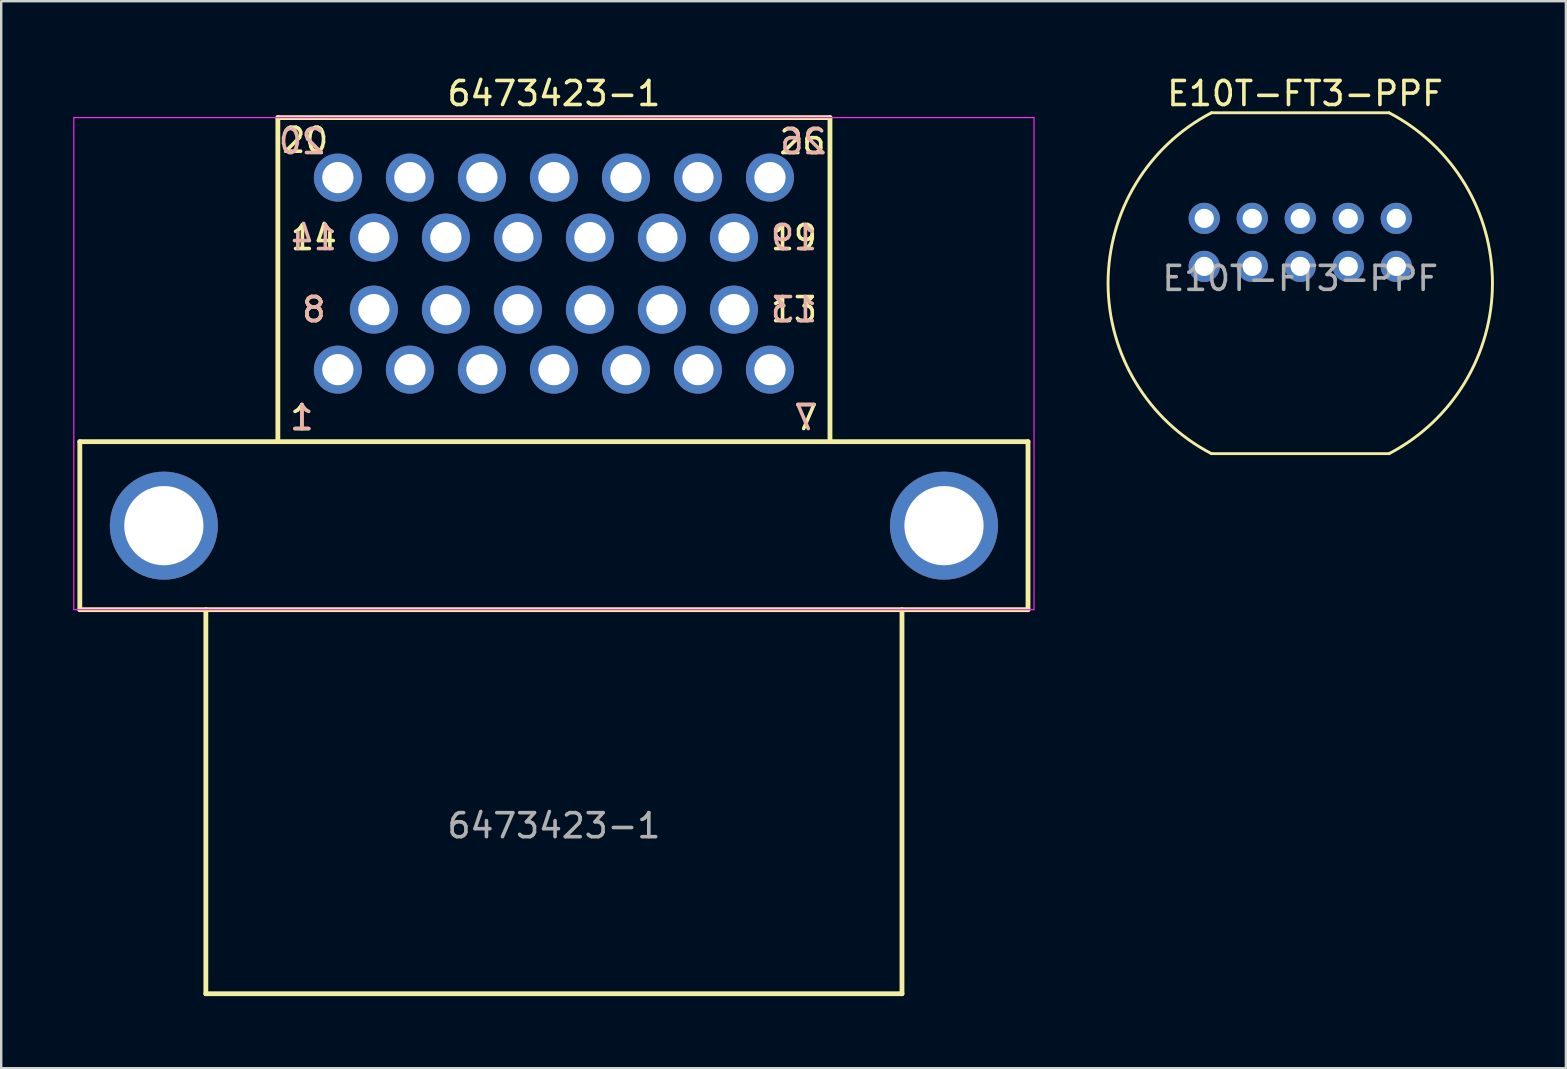
<source format=kicad_pcb>
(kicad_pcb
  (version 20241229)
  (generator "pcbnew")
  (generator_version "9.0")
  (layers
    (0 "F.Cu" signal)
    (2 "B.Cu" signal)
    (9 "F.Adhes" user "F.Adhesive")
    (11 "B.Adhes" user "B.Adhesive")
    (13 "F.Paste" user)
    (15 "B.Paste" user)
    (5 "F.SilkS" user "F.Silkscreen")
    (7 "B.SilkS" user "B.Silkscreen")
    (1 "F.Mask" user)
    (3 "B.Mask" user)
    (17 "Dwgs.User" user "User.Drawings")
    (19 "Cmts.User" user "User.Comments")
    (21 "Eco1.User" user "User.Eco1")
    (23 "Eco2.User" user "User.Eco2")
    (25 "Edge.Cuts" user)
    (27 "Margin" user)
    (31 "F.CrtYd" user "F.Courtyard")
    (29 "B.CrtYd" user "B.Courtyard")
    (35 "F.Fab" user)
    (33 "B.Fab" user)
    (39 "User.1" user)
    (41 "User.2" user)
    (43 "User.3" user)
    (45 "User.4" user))
  (footprint "E10T-FT3-PPF"
    (layer "F.Cu")
    (at 51.116 6.048)
    (property "Reference" "E10T-FT3-PPF" (at 0.2 -5.2 0) (unlocked yes) (layer "F.SilkS") (effects (font (size 1 1) (thickness 0.15))))
    (attr through_hole)
    (fp_line (start 3.7 -4.4) (end -3.7 -4.4) (stroke (width 0.12) (type default)) (layer "F.SilkS"))
    (fp_line (start 3.7 9.8) (end -3.7 9.8) (stroke (width 0.12) (type default)) (layer "F.SilkS"))
    (fp_arc (start -3.7 9.8) (mid -8.006248 2.7) (end -3.7 -4.4) (stroke (width 0.12) (type default)) (layer "F.SilkS"))
    (fp_arc (start 3.7 -4.4) (mid 8.006248 2.7) (end 3.7 9.8) (stroke (width 0.12) (type default)) (layer "F.SilkS"))
    (fp_text user "${REFERENCE}" (at 0 2.5 0) (unlocked yes) (layer "F.Fab") (effects (font (size 1 1) (thickness 0.15))))
    (pad "1" thru_hole circle (at -4 0) (size 1.3 1.3) (drill 0.8) (layers "*.Cu" "*.Mask"))
    (pad "2" thru_hole circle (at -4 2) (size 1.3 1.3) (drill 0.8) (layers "*.Cu" "*.Mask"))
    (pad "3" thru_hole circle (at -2 0) (size 1.3 1.3) (drill 0.8) (layers "*.Cu" "*.Mask"))
    (pad "4" thru_hole circle (at -2 2) (size 1.3 1.3) (drill 0.8) (layers "*.Cu" "*.Mask"))
    (pad "5" thru_hole circle (at 0 0) (size 1.3 1.3) (drill 0.8) (layers "*.Cu" "*.Mask"))
    (pad "6" thru_hole circle (at 0 2) (size 1.3 1.3) (drill 0.8) (layers "*.Cu" "*.Mask"))
    (pad "7" thru_hole circle (at 2 0) (size 1.3 1.3) (drill 0.8) (layers "*.Cu" "*.Mask"))
    (pad "8" thru_hole circle (at 2 2) (size 1.3 1.3) (drill 0.8) (layers "*.Cu" "*.Mask"))
    (pad "9" thru_hole circle (at 4 0) (size 1.3 1.3) (drill 0.8) (layers "*.Cu" "*.Mask"))
    (pad "10" thru_hole circle (at 4 2) (size 1.3 1.3) (drill 0.8) (layers "*.Cu" "*.Mask")))
  (footprint "6473423-1"
    (layer "F.Cu")
    (at 20.025 18.848)
    (property "Reference" "6473423-1" (at 0 -18 0) (unlocked yes) (layer "F.SilkS") (effects (font (size 1 1) (thickness 0.15))))
    (attr through_hole)
    (fp_line (start -19.75 -3.5) (end -19.75 3.5) (stroke (width 0.2) (type solid)) (layer "F.SilkS"))
    (fp_line (start -19.75 -3.5) (end 19.75 -3.5) (stroke (width 0.2) (type solid)) (layer "F.SilkS"))
    (fp_line (start -19.75 3.5) (end 19.75 3.5) (stroke (width 0.2) (type solid)) (layer "F.SilkS"))
    (fp_line (start -14.5 19.5) (end -14.5 3.5) (stroke (width 0.2) (type solid)) (layer "F.SilkS"))
    (fp_line (start -14.5 19.5) (end 14.5 19.5) (stroke (width 0.2) (type solid)) (layer "F.SilkS"))
    (fp_line (start -11.5 -17) (end -11.5 -3.5) (stroke (width 0.2) (type solid)) (layer "F.SilkS"))
    (fp_line (start -11.5 -17) (end 11.5 -17) (stroke (width 0.2) (type solid)) (layer "F.SilkS"))
    (fp_line (start 11.5 -17) (end 11.5 -3.5) (stroke (width 0.2) (type solid)) (layer "F.SilkS"))
    (fp_line (start 14.5 19.5) (end 14.5 3.5) (stroke (width 0.2) (type solid)) (layer "F.SilkS"))
    (fp_line (start 19.75 -3.5) (end 19.75 3.5) (stroke (width 0.2) (type solid)) (layer "F.SilkS"))
    (fp_line (start -20 -17) (end 20 -17) (stroke (width 0.05) (type solid)) (layer "F.CrtYd"))
    (fp_line (start -20 3.5) (end -20 -17) (stroke (width 0.05) (type solid)) (layer "F.CrtYd"))
    (fp_line (start -20 3.5) (end 20 3.5) (stroke (width 0.05) (type solid)) (layer "F.CrtYd"))
    (fp_line (start 20 -17) (end 20 3.5) (stroke (width 0.05) (type solid)) (layer "F.CrtYd"))
    (fp_text user "8" (at -10 -9 0) (unlocked yes) (layer "F.SilkS") (effects (font (size 1 1) (thickness 0.15))))
    (fp_text user "19" (at 10 -12 0) (unlocked yes) (layer "F.SilkS") (effects (font (size 1 1) (thickness 0.15))))
    (fp_text user "7" (at 10.5 -4.5 0) (unlocked yes) (layer "F.SilkS") (effects (font (size 1 1) (thickness 0.15))))
    (fp_text user "1" (at -10.5 -4.5 0) (unlocked yes) (layer "F.SilkS") (effects (font (size 1 1) (thickness 0.15))))
    (fp_text user "14" (at -10 -12 0) (unlocked yes) (layer "F.SilkS") (effects (font (size 1 1) (thickness 0.15))))
    (fp_text user "26" (at 10.354 -15.999 0) (unlocked yes) (layer "F.SilkS") (effects (font (size 1 1) (thickness 0.15))))
    (fp_text user "13" (at 10 -9 0) (unlocked yes) (layer "F.SilkS") (effects (font (size 1 1) (thickness 0.15))))
    (fp_text user "20" (at -10.361 -16.053 0) (unlocked yes) (layer "F.SilkS") (effects (font (size 1 1) (thickness 0.15))))
    (fp_text user "14" (at -10 -12 0) (unlocked yes) (layer "B.SilkS") (effects (font (size 1 1) (thickness 0.15)) (justify mirror)))
    (fp_text user "1" (at -10.5 -4.5 0) (unlocked yes) (layer "B.SilkS") (effects (font (size 1 1) (thickness 0.15)) (justify mirror)))
    (fp_text user "20" (at -10.5 -16 0) (unlocked yes) (layer "B.SilkS") (effects (font (size 1 1) (thickness 0.15)) (justify mirror)))
    (fp_text user "26" (at 10.39 -15.999 0) (unlocked yes) (layer "B.SilkS") (effects (font (size 1 1) (thickness 0.15)) (justify mirror)))
    (fp_text user "8" (at -10 -9 0) (unlocked yes) (layer "B.SilkS") (effects (font (size 1 1) (thickness 0.15)) (justify mirror)))
    (fp_text user "19" (at 10 -12 0) (unlocked yes) (layer "B.SilkS") (effects (font (size 1 1) (thickness 0.15)) (justify mirror)))
    (fp_text user "7" (at 10.5 -4.5 0) (unlocked yes) (layer "B.SilkS") (effects (font (size 1 1) (thickness 0.15)) (justify mirror)))
    (fp_text user "13" (at 10 -9 0) (unlocked yes) (layer "B.SilkS") (effects (font (size 1 1) (thickness 0.15)) (justify mirror)))
    (fp_text user "${REFERENCE}" (at 0 12.5 0) (unlocked yes) (layer "F.Fab") (effects (font (size 1 1) (thickness 0.15))))
    (pad "0" thru_hole circle (at -16.25 0) (size 4.5 4.5) (drill 3.3) (layers "*.Cu" "*.Mask"))
    (pad "0" thru_hole circle (at 16.25 0) (size 4.5 4.5) (drill 3.3) (layers "*.Cu" "*.Mask"))
    (pad "1" thru_hole circle (at -9 -6.5 270) (size 2 2) (drill 1.3) (layers "*.Cu" "*.Mask"))
    (pad "2" thru_hole circle (at -6 -6.5) (size 2 2) (drill 1.3) (layers "*.Cu" "*.Mask"))
    (pad "3" thru_hole circle (at -3 -6.5) (size 2 2) (drill 1.3) (layers "*.Cu" "*.Mask"))
    (pad "4" thru_hole circle (at 0 -6.5) (size 2 2) (drill 1.3) (layers "*.Cu" "*.Mask"))
    (pad "5" thru_hole circle (at 3 -6.5 270) (size 2 2) (drill 1.3) (layers "*.Cu" "*.Mask"))
    (pad "6" thru_hole circle (at 6 -6.5) (size 2 2) (drill 1.3) (layers "*.Cu" "*.Mask"))
    (pad "7" thru_hole circle (at 9 -6.5) (size 2 2) (drill 1.3) (layers "*.Cu" "*.Mask"))
    (pad "8" thru_hole circle (at -7.5 -9 270) (size 2 2) (drill 1.3) (layers "*.Cu" "*.Mask"))
    (pad "9" thru_hole circle (at -4.5 -9) (size 2 2) (drill 1.3) (layers "*.Cu" "*.Mask"))
    (pad "10" thru_hole circle (at -1.5 -9) (size 2 2) (drill 1.3) (layers "*.Cu" "*.Mask"))
    (pad "11" thru_hole circle (at 1.5 -9) (size 2 2) (drill 1.3) (layers "*.Cu" "*.Mask"))
    (pad "12" thru_hole circle (at 4.5 -9 270) (size 2 2) (drill 1.3) (layers "*.Cu" "*.Mask"))
    (pad "13" thru_hole circle (at 7.5 -9) (size 2 2) (drill 1.3) (layers "*.Cu" "*.Mask"))
    (pad "14" thru_hole circle (at -7.5 -12 270) (size 2 2) (drill 1.3) (layers "*.Cu" "*.Mask"))
    (pad "15" thru_hole circle (at -4.5 -12) (size 2 2) (drill 1.3) (layers "*.Cu" "*.Mask"))
    (pad "16" thru_hole circle (at -1.5 -12) (size 2 2) (drill 1.3) (layers "*.Cu" "*.Mask"))
    (pad "17" thru_hole circle (at 1.5 -12) (size 2 2) (drill 1.3) (layers "*.Cu" "*.Mask"))
    (pad "18" thru_hole circle (at 4.5 -12 270) (size 2 2) (drill 1.3) (layers "*.Cu" "*.Mask"))
    (pad "19" thru_hole circle (at 7.5 -12) (size 2 2) (drill 1.3) (layers "*.Cu" "*.Mask"))
    (pad "20" thru_hole circle (at -9 -14.5 270) (size 2 2) (drill 1.3) (layers "*.Cu" "*.Mask"))
    (pad "21" thru_hole circle (at -6 -14.5) (size 2 2) (drill 1.3) (layers "*.Cu" "*.Mask"))
    (pad "22" thru_hole circle (at -3 -14.5) (size 2 2) (drill 1.3) (layers "*.Cu" "*.Mask"))
    (pad "23" thru_hole circle (at 0 -14.5) (size 2 2) (drill 1.3) (layers "*.Cu" "*.Mask"))
    (pad "24" thru_hole circle (at 3 -14.5 270) (size 2 2) (drill 1.3) (layers "*.Cu" "*.Mask"))
    (pad "25" thru_hole circle (at 6 -14.5) (size 2 2) (drill 1.3) (layers "*.Cu" "*.Mask"))
    (pad "26" thru_hole circle (at 9 -14.5) (size 2 2) (drill 1.3) (layers "*.Cu" "*.Mask")))
  (gr_rect
    (start -3 -3)
    (end 62.182 41.448)
    (stroke (width 0.1) (type default))
    (fill no)
    (layer "Edge.Cuts")))
</source>
